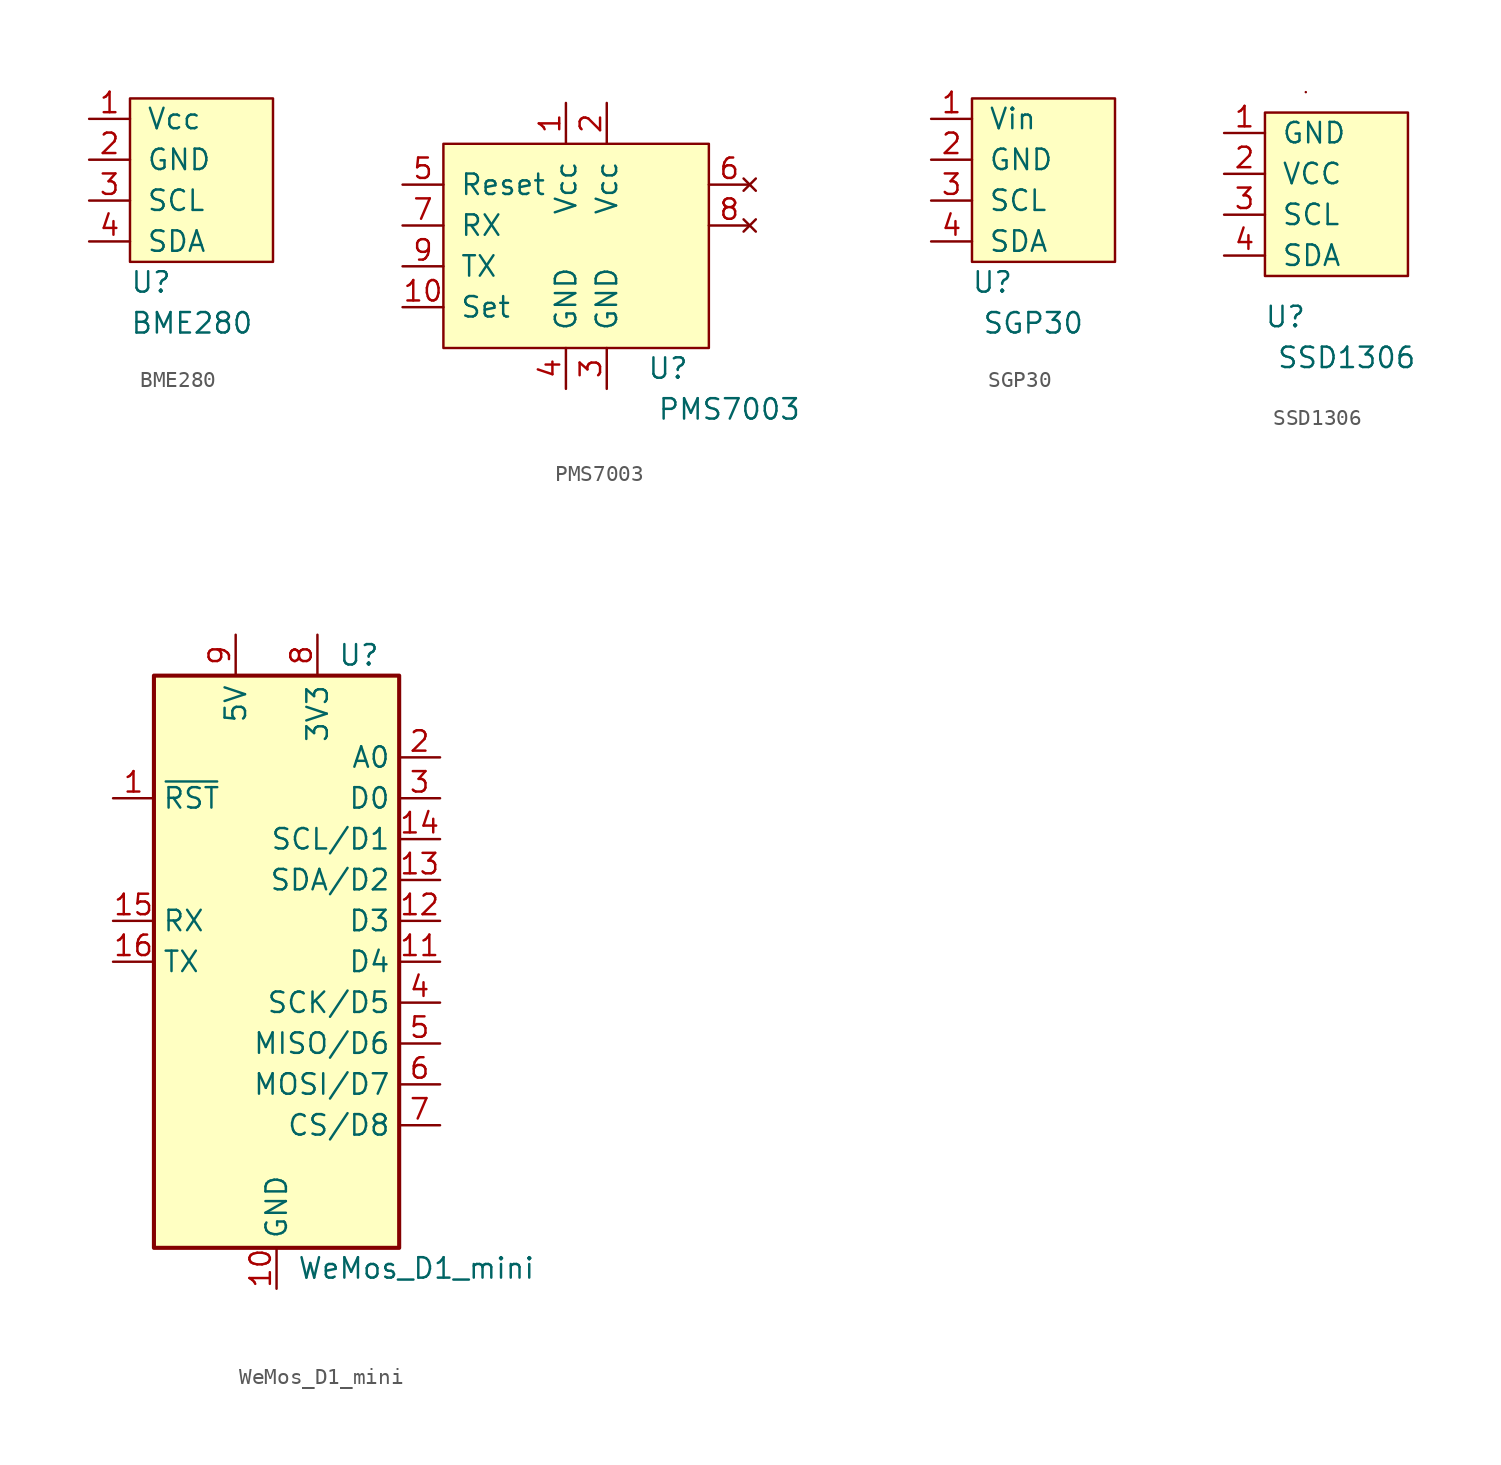
<source format=kicad_sym>
(kicad_symbol_lib
  (version 20211014)
  (generator kicad_symbol_editor)
  (symbol "BME280"
    (pin_names
      (offset 1.016))
    (property "Reference" "U"
      (at -8.89 15.24 0)
      (effects (font (size 1.27 1.27)) (justify left)))
    (property "Value" "BME280"
      (at -8.89 12.7 0)
      (effects (font (size 1.27 1.27)) (justify left)))
    (symbol "BME280_0_1"
      (rectangle (start -8.89 26.67) (end 0 16.51) (stroke (width 0) (type default) (color 0 0 0 0)) (fill (type background))))
    (symbol "BME280_1_1"
      (pin input line (at -11.43 25.4 0) (length 2.54) (name "Vcc" (effects (font (size 1.27 1.27)))) (number "1" (effects (font (size 1.27 1.27)))))
      (pin input line (at -11.43 22.86 0) (length 2.54) (name "GND" (effects (font (size 1.27 1.27)))) (number "2" (effects (font (size 1.27 1.27)))))
      (pin bidirectional line (at -11.43 20.32 0) (length 2.54) (name "SCL" (effects (font (size 1.27 1.27)))) (number "3" (effects (font (size 1.27 1.27)))))
      (pin bidirectional line (at -11.43 17.78 0) (length 2.54) (name "SDA" (effects (font (size 1.27 1.27)))) (number "4" (effects (font (size 1.27 1.27)))))))
  (symbol "PMS7003"
    (pin_names
      (offset 1.016))
    (property "Reference" "U"
      (at 11.43 -6.35 0)
      (effects (font (size 1.27 1.27))))
    (property "Value" "PMS7003"
      (at 15.24 -8.89 0)
      (effects (font (size 1.27 1.27))))
    (symbol "PMS7003_0_1"
      (rectangle (start -2.54 7.62) (end 13.97 -5.08) (stroke (width 0) (type default) (color 0 0 0 0)) (fill (type background))))
    (symbol "PMS7003_1_1"
      (pin input line (at 5.08 10.16 270) (length 2.54) (name "Vcc" (effects (font (size 1.27 1.27)))) (number "1" (effects (font (size 1.27 1.27)))))
      (pin input line (at -5.08 -2.54 0) (length 2.54) (name "Set" (effects (font (size 1.27 1.27)))) (number "10" (effects (font (size 1.27 1.27)))))
      (pin input line (at 7.62 10.16 270) (length 2.54) (name "Vcc" (effects (font (size 1.27 1.27)))) (number "2" (effects (font (size 1.27 1.27)))))
      (pin input line (at 7.62 -7.62 90) (length 2.54) (name "GND" (effects (font (size 1.27 1.27)))) (number "3" (effects (font (size 1.27 1.27)))))
      (pin input line (at 5.08 -7.62 90) (length 2.54) (name "GND" (effects (font (size 1.27 1.27)))) (number "4" (effects (font (size 1.27 1.27)))))
      (pin input line (at -5.08 5.08 0) (length 2.54) (name "Reset" (effects (font (size 1.27 1.27)))) (number "5" (effects (font (size 1.27 1.27)))))
      (pin no_connect line (at 16.51 5.08 180) (length 2.54) (name "~" (effects (font (size 1.27 1.27)))) (number "6" (effects (font (size 1.27 1.27)))))
      (pin input line (at -5.08 2.54 0) (length 2.54) (name "RX" (effects (font (size 1.27 1.27)))) (number "7" (effects (font (size 1.27 1.27)))))
      (pin no_connect line (at 16.51 2.54 180) (length 2.54) (name "~" (effects (font (size 1.27 1.27)))) (number "8" (effects (font (size 1.27 1.27)))))
      (pin output line (at -5.08 0 0) (length 2.54) (name "TX" (effects (font (size 1.27 1.27)))) (number "9" (effects (font (size 1.27 1.27)))))))
  (symbol "SGP30"
    (pin_names
      (offset 1.016))
    (property "Reference" "U"
      (at -2.54 -6.35 0)
      (effects (font (size 1.27 1.27))))
    (property "Value" "SGP30"
      (at 0 -8.89 0)
      (effects (font (size 1.27 1.27))))
    (symbol "SGP30_0_1"
      (rectangle (start -3.81 5.08) (end 5.08 -5.08) (stroke (width 0) (type default) (color 0 0 0 0)) (fill (type background))))
    (symbol "SGP30_1_1"
      (pin input line (at -6.35 3.81 0) (length 2.54) (name "Vin" (effects (font (size 1.27 1.27)))) (number "1" (effects (font (size 1.27 1.27)))))
      (pin input line (at -6.35 1.27 0) (length 2.54) (name "GND" (effects (font (size 1.27 1.27)))) (number "2" (effects (font (size 1.27 1.27)))))
      (pin bidirectional line (at -6.35 -1.27 0) (length 2.54) (name "SCL" (effects (font (size 1.27 1.27)))) (number "3" (effects (font (size 1.27 1.27)))))
      (pin bidirectional line (at -6.35 -3.81 0) (length 2.54) (name "SDA" (effects (font (size 1.27 1.27)))) (number "4" (effects (font (size 1.27 1.27)))))))
  (symbol "SSD1306"
    (pin_names
      (offset 1.016))
    (property "Reference" "U"
      (at -2.54 -2.54 0)
      (effects (font (size 1.27 1.27))))
    (property "Value" "SSD1306"
      (at 1.27 -5.08 0)
      (effects (font (size 1.27 1.27))))
    (symbol "SSD1306_0_1"
      (rectangle (start -3.81 10.16) (end 5.08 0) (stroke (width 0) (type default) (color 0 0 0 0)) (fill (type background)))
      (rectangle (start -1.27 11.43) (end -1.27 11.43) (stroke (width 0) (type default) (color 0 0 0 0)) (fill (type none))))
    (symbol "SSD1306_1_1"
      (pin input line (at -6.35 8.89 0) (length 2.54) (name "GND" (effects (font (size 1.27 1.27)))) (number "1" (effects (font (size 1.27 1.27)))))
      (pin input line (at -6.35 6.35 0) (length 2.54) (name "VCC" (effects (font (size 1.27 1.27)))) (number "2" (effects (font (size 1.27 1.27)))))
      (pin bidirectional line (at -6.35 3.81 0) (length 2.54) (name "SCL" (effects (font (size 1.27 1.27)))) (number "3" (effects (font (size 1.27 1.27)))))
      (pin bidirectional line (at -6.35 1.27 0) (length 2.54) (name "SDA" (effects (font (size 1.27 1.27)))) (number "4" (effects (font (size 1.27 1.27)))))))
  (symbol "WeMos_D1_mini"
    (property "Reference" "U"
      (at 3.81 19.05 0)
      (effects (font (size 1.27 1.27)) (justify left)))
    (property "Value" "WeMos_D1_mini"
      (at 1.27 -19.05 0)
      (effects (font (size 1.27 1.27)) (justify left)))
    (symbol "WeMos_D1_mini_1_1"
      (rectangle (start -7.62 17.78) (end 7.62 -17.78) (stroke (width 0.254) (type default) (color 0 0 0 0)) (fill (type background)))
      (pin input line (at -10.16 10.16 0) (length 2.54) (name "~{RST}" (effects (font (size 1.27 1.27)))) (number "1" (effects (font (size 1.27 1.27)))))
      (pin power_in line (at 0 -20.32 90) (length 2.54) (name "GND" (effects (font (size 1.27 1.27)))) (number "10" (effects (font (size 1.27 1.27)))))
      (pin bidirectional line (at 10.16 0 180) (length 2.54) (name "D4" (effects (font (size 1.27 1.27)))) (number "11" (effects (font (size 1.27 1.27)))))
      (pin bidirectional line (at 10.16 2.54 180) (length 2.54) (name "D3" (effects (font (size 1.27 1.27)))) (number "12" (effects (font (size 1.27 1.27)))))
      (pin bidirectional line (at 10.16 5.08 180) (length 2.54) (name "SDA/D2" (effects (font (size 1.27 1.27)))) (number "13" (effects (font (size 1.27 1.27)))))
      (pin bidirectional line (at 10.16 7.62 180) (length 2.54) (name "SCL/D1" (effects (font (size 1.27 1.27)))) (number "14" (effects (font (size 1.27 1.27)))))
      (pin input line (at -10.16 2.54 0) (length 2.54) (name "RX" (effects (font (size 1.27 1.27)))) (number "15" (effects (font (size 1.27 1.27)))))
      (pin output line (at -10.16 0 0) (length 2.54) (name "TX" (effects (font (size 1.27 1.27)))) (number "16" (effects (font (size 1.27 1.27)))))
      (pin input line (at 10.16 12.7 180) (length 2.54) (name "A0" (effects (font (size 1.27 1.27)))) (number "2" (effects (font (size 1.27 1.27)))))
      (pin bidirectional line (at 10.16 10.16 180) (length 2.54) (name "D0" (effects (font (size 1.27 1.27)))) (number "3" (effects (font (size 1.27 1.27)))))
      (pin bidirectional line (at 10.16 -2.54 180) (length 2.54) (name "SCK/D5" (effects (font (size 1.27 1.27)))) (number "4" (effects (font (size 1.27 1.27)))))
      (pin bidirectional line (at 10.16 -5.08 180) (length 2.54) (name "MISO/D6" (effects (font (size 1.27 1.27)))) (number "5" (effects (font (size 1.27 1.27)))))
      (pin bidirectional line (at 10.16 -7.62 180) (length 2.54) (name "MOSI/D7" (effects (font (size 1.27 1.27)))) (number "6" (effects (font (size 1.27 1.27)))))
      (pin bidirectional line (at 10.16 -10.16 180) (length 2.54) (name "CS/D8" (effects (font (size 1.27 1.27)))) (number "7" (effects (font (size 1.27 1.27)))))
      (pin power_out line (at 2.54 20.32 270) (length 2.54) (name "3V3" (effects (font (size 1.27 1.27)))) (number "8" (effects (font (size 1.27 1.27)))))
      (pin bidirectional line (at -2.54 20.32 270) (length 2.54) (name "5V" (effects (font (size 1.27 1.27)))) (number "9" (effects (font (size 1.27 1.27))))))))
</source>
